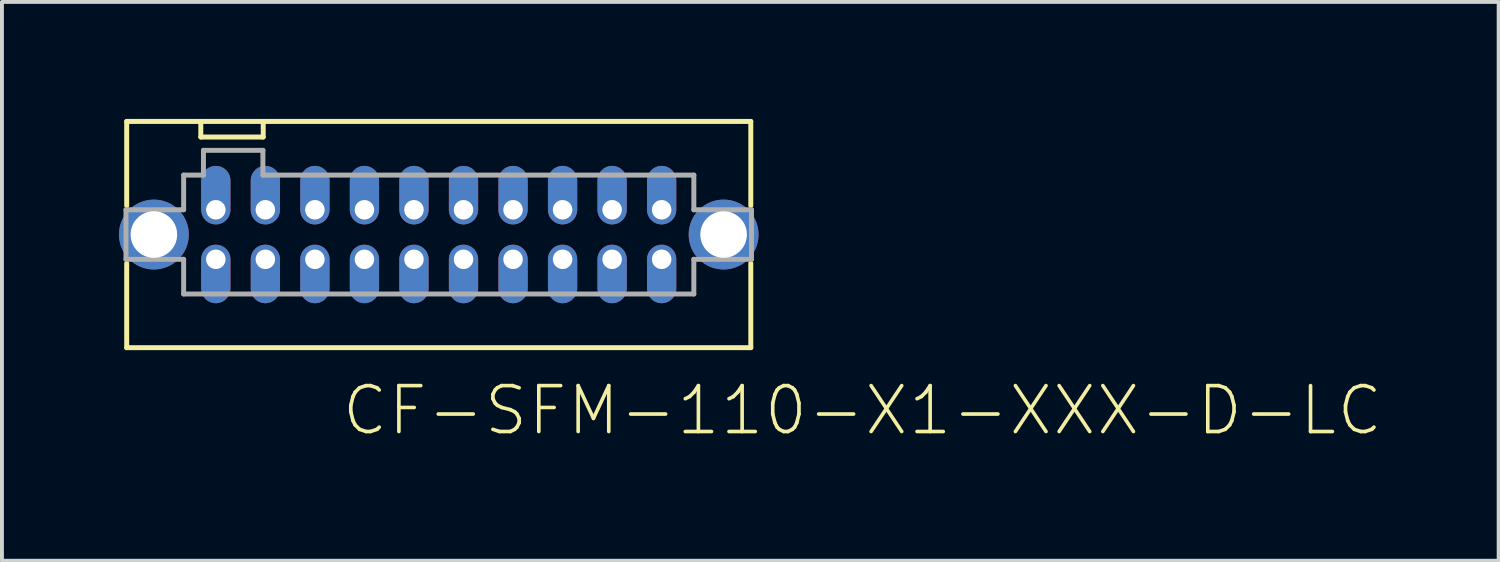
<source format=kicad_pcb>
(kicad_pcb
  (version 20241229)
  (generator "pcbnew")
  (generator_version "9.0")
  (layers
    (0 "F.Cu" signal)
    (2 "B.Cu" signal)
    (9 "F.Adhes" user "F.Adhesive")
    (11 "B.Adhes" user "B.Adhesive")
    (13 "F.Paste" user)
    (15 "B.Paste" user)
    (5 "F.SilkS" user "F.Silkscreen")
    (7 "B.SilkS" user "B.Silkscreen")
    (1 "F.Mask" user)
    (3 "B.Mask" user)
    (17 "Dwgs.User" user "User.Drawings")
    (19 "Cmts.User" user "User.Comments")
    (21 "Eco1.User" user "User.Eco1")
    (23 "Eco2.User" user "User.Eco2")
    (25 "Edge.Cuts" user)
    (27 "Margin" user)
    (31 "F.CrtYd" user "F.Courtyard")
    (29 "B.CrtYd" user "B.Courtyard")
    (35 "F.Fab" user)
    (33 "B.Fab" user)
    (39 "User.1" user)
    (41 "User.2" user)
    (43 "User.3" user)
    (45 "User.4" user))
  (footprint "CF-SFM-110-X1-XXX-D-LC"
    (layer "F.Cu")
    (at 8.198 2.963)
    (property "Reference" "CF-SFM-110-X1-XXX-D-LC" (at -2.54 4.51 0) (layer "F.SilkS") (effects (font (size 1.177 1.177) (thickness 0.093)) (justify left)))
    (fp_line (start -8 -2.9) (end -8 -0.74) (stroke (width 0.127) (type solid)) (layer "F.SilkS"))
    (fp_line (start -8 0.74) (end -8 2.9) (stroke (width 0.127) (type solid)) (layer "F.SilkS"))
    (fp_line (start -6.1 -2.9) (end -8 -2.9) (stroke (width 0.127) (type solid)) (layer "F.SilkS"))
    (fp_line (start -6.1 -2.9) (end -6.1 -2.5) (stroke (width 0.127) (type solid)) (layer "F.SilkS"))
    (fp_line (start -6.1 -2.5) (end -4.5 -2.5) (stroke (width 0.127) (type solid)) (layer "F.SilkS"))
    (fp_line (start -4.5 -2.9) (end -6.1 -2.9) (stroke (width 0.127) (type solid)) (layer "F.SilkS"))
    (fp_line (start -4.5 -2.5) (end -4.5 -2.9) (stroke (width 0.127) (type solid)) (layer "F.SilkS"))
    (fp_line (start 8 -2.9) (end -4.5 -2.9) (stroke (width 0.127) (type solid)) (layer "F.SilkS"))
    (fp_line (start 8 -2.9) (end 8 -0.74) (stroke (width 0.127) (type solid)) (layer "F.SilkS"))
    (fp_line (start 8 0.74) (end 8 2.9) (stroke (width 0.127) (type solid)) (layer "F.SilkS"))
    (fp_line (start 8 2.9) (end -8 2.9) (stroke (width 0.127) (type solid)) (layer "F.SilkS"))
    (fp_line (start -8.018 -0.635) (end -6.54 -0.635) (stroke (width 0.127) (type solid)) (layer "F.Fab"))
    (fp_line (start -8.018 0.635) (end -8.018 -0.635) (stroke (width 0.127) (type solid)) (layer "F.Fab"))
    (fp_line (start -6.54 -1.524) (end -6.032 -1.524) (stroke (width 0.127) (type solid)) (layer "F.Fab"))
    (fp_line (start -6.54 -0.635) (end -6.54 -1.524) (stroke (width 0.127) (type solid)) (layer "F.Fab"))
    (fp_line (start -6.54 0.635) (end -8.018 0.635) (stroke (width 0.127) (type solid)) (layer "F.Fab"))
    (fp_line (start -6.54 1.524) (end -6.54 0.635) (stroke (width 0.127) (type solid)) (layer "F.Fab"))
    (fp_line (start -6.032 -2.159) (end -4.508 -2.159) (stroke (width 0.127) (type solid)) (layer "F.Fab"))
    (fp_line (start -6.032 -1.524) (end -6.032 -2.159) (stroke (width 0.127) (type solid)) (layer "F.Fab"))
    (fp_line (start -4.508 -2.159) (end -4.508 -1.524) (stroke (width 0.127) (type solid)) (layer "F.Fab"))
    (fp_line (start -4.508 -1.524) (end 6.54 -1.524) (stroke (width 0.127) (type solid)) (layer "F.Fab"))
    (fp_line (start 6.54 -1.524) (end 6.54 -0.635) (stroke (width 0.127) (type solid)) (layer "F.Fab"))
    (fp_line (start 6.54 -0.635) (end 8.018 -0.635) (stroke (width 0.127) (type solid)) (layer "F.Fab"))
    (fp_line (start 6.54 0.635) (end 6.54 1.524) (stroke (width 0.127) (type solid)) (layer "F.Fab"))
    (fp_line (start 6.54 1.524) (end -6.54 1.524) (stroke (width 0.127) (type solid)) (layer "F.Fab"))
    (fp_line (start 8.018 -0.635) (end 8.018 0.635) (stroke (width 0.127) (type solid)) (layer "F.Fab"))
    (fp_line (start 8.018 0.635) (end 6.54 0.635) (stroke (width 0.127) (type solid)) (layer "F.Fab"))
    (pad "1" thru_hole oval (at 5.715 0.635 270) (size 1.5 0.75) (drill 0.5 (offset 0.375 0)) (layers "*.Cu" "*.Mask"))
    (pad "2" thru_hole oval (at 5.715 -0.635 90) (size 1.5 0.75) (drill 0.5 (offset 0.375 0)) (layers "*.Cu" "*.Mask"))
    (pad "3" thru_hole oval (at 4.445 0.635 270) (size 1.5 0.75) (drill 0.5 (offset 0.375 0)) (layers "*.Cu" "*.Mask"))
    (pad "4" thru_hole oval (at 4.445 -0.635 90) (size 1.5 0.75) (drill 0.5 (offset 0.375 0)) (layers "*.Cu" "*.Mask"))
    (pad "5" thru_hole oval (at 3.175 0.635 270) (size 1.5 0.75) (drill 0.5 (offset 0.375 0)) (layers "*.Cu" "*.Mask"))
    (pad "6" thru_hole oval (at 3.175 -0.635 90) (size 1.5 0.75) (drill 0.5 (offset 0.375 0)) (layers "*.Cu" "*.Mask"))
    (pad "7" thru_hole oval (at 1.905 0.635 270) (size 1.5 0.75) (drill 0.5 (offset 0.375 0)) (layers "*.Cu" "*.Mask"))
    (pad "8" thru_hole oval (at 1.905 -0.635 90) (size 1.5 0.75) (drill 0.5 (offset 0.375 0)) (layers "*.Cu" "*.Mask"))
    (pad "9" thru_hole oval (at 0.635 0.635 270) (size 1.5 0.75) (drill 0.5 (offset 0.375 0)) (layers "*.Cu" "*.Mask"))
    (pad "10" thru_hole oval (at 0.635 -0.635 90) (size 1.5 0.75) (drill 0.5 (offset 0.375 0)) (layers "*.Cu" "*.Mask"))
    (pad "11" thru_hole oval (at -0.635 0.635 270) (size 1.5 0.75) (drill 0.5 (offset 0.375 0)) (layers "*.Cu" "*.Mask"))
    (pad "12" thru_hole oval (at -0.635 -0.635 90) (size 1.5 0.75) (drill 0.5 (offset 0.375 0)) (layers "*.Cu" "*.Mask"))
    (pad "13" thru_hole oval (at -1.905 0.635 270) (size 1.5 0.75) (drill 0.5 (offset 0.375 0)) (layers "*.Cu" "*.Mask"))
    (pad "14" thru_hole oval (at -1.905 -0.635 90) (size 1.5 0.75) (drill 0.5 (offset 0.375 0)) (layers "*.Cu" "*.Mask"))
    (pad "15" thru_hole oval (at -3.175 0.635 270) (size 1.5 0.75) (drill 0.5 (offset 0.375 0)) (layers "*.Cu" "*.Mask"))
    (pad "16" thru_hole oval (at -3.175 -0.635 90) (size 1.5 0.75) (drill 0.5 (offset 0.375 0)) (layers "*.Cu" "*.Mask"))
    (pad "17" thru_hole oval (at -4.445 0.635 270) (size 1.5 0.75) (drill 0.5 (offset 0.375 0)) (layers "*.Cu" "*.Mask"))
    (pad "18" thru_hole oval (at -4.445 -0.635 90) (size 1.5 0.75) (drill 0.5 (offset 0.375 0)) (layers "*.Cu" "*.Mask"))
    (pad "19" thru_hole oval (at -5.715 0.635 270) (size 1.5 0.75) (drill 0.5 (offset 0.375 0)) (layers "*.Cu" "*.Mask"))
    (pad "20" thru_hole oval (at -5.715 -0.635 90) (size 1.5 0.75) (drill 0.5 (offset 0.375 0)) (layers "*.Cu" "*.Mask"))
    (pad "LC1" thru_hole circle (at 7.303 0) (size 1.791 1.791) (drill 1.194) (layers "*.Cu" "*.Mask"))
    (pad "LC2" thru_hole circle (at -7.303 0) (size 1.791 1.791) (drill 1.194) (layers "*.Cu" "*.Mask")))
  (gr_rect
    (start -3 -3)
    (end 35.371 11.326)
    (stroke (width 0.1) (type default))
    (fill no)
    (layer "Edge.Cuts")))
</source>
